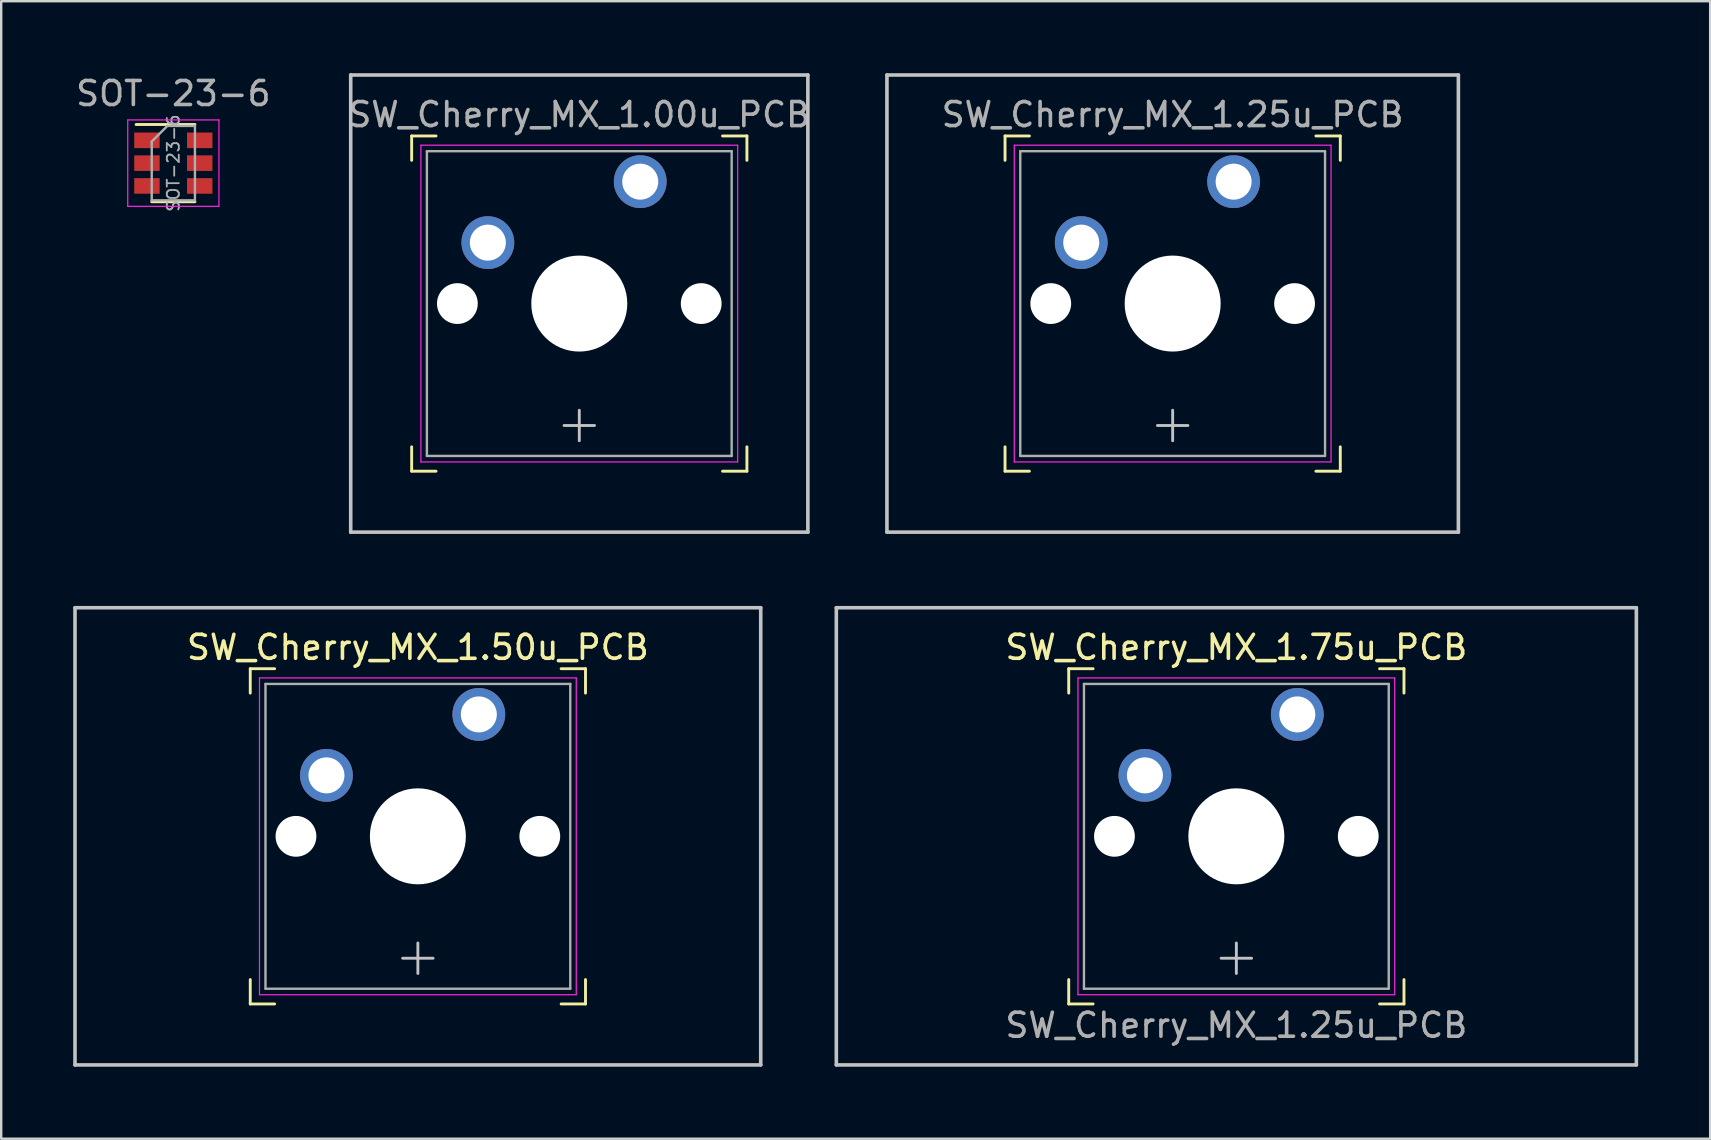
<source format=kicad_pcb>
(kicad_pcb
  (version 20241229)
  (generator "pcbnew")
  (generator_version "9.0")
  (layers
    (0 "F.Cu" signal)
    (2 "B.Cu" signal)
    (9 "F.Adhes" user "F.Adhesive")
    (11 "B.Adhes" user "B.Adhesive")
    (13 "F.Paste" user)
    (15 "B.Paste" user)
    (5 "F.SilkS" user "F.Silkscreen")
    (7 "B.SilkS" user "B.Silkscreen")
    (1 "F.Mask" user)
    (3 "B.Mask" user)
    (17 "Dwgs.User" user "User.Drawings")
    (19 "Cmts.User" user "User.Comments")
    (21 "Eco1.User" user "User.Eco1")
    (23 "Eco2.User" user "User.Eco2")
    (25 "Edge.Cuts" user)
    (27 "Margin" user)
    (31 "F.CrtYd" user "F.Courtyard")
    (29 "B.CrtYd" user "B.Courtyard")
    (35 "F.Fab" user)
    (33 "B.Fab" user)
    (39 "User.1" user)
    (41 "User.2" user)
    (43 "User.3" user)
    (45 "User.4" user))
  (footprint "SOT-23-6"
    (layer "F.Cu")
    (at 4.173 3.748)
    (property "Reference" "SOT-23-6" (at 0 -2.9 0) (layer "F.Fab") (effects (font (size 1 1) (thickness 0.15))))
    (attr smd)
    (fp_line (start -0.9 1.61) (end 0.9 1.61) (stroke (width 0.12) (type solid)) (layer "F.SilkS"))
    (fp_line (start 0.9 -1.61) (end -1.55 -1.61) (stroke (width 0.12) (type solid)) (layer "F.SilkS"))
    (fp_line (start -1.9 -1.8) (end -1.9 1.8) (stroke (width 0.05) (type solid)) (layer "F.CrtYd"))
    (fp_line (start -1.9 1.8) (end 1.9 1.8) (stroke (width 0.05) (type solid)) (layer "F.CrtYd"))
    (fp_line (start 1.9 -1.8) (end -1.9 -1.8) (stroke (width 0.05) (type solid)) (layer "F.CrtYd"))
    (fp_line (start 1.9 1.8) (end 1.9 -1.8) (stroke (width 0.05) (type solid)) (layer "F.CrtYd"))
    (fp_line (start -0.9 -0.9) (end -0.9 1.55) (stroke (width 0.1) (type solid)) (layer "F.Fab"))
    (fp_line (start -0.9 -0.9) (end -0.25 -1.55) (stroke (width 0.1) (type solid)) (layer "F.Fab"))
    (fp_line (start 0.9 -1.55) (end -0.25 -1.55) (stroke (width 0.1) (type solid)) (layer "F.Fab"))
    (fp_line (start 0.9 -1.55) (end 0.9 1.55) (stroke (width 0.1) (type solid)) (layer "F.Fab"))
    (fp_line (start 0.9 1.55) (end -0.9 1.55) (stroke (width 0.1) (type solid)) (layer "F.Fab"))
    (fp_text user "${REFERENCE}" (at 0 0 90) (layer "F.Fab") (effects (font (size 0.5 0.5) (thickness 0.075))))
    (pad "1" smd rect (at -1.1 -0.95) (size 1.06 0.65) (layers "F.Cu" "F.Mask" "F.Paste"))
    (pad "2" smd rect (at -1.1 0) (size 1.06 0.65) (layers "F.Cu" "F.Mask" "F.Paste"))
    (pad "3" smd rect (at -1.1 0.95) (size 1.06 0.65) (layers "F.Cu" "F.Mask" "F.Paste"))
    (pad "4" smd rect (at 1.1 0.95) (size 1.06 0.65) (layers "F.Cu" "F.Mask" "F.Paste"))
    (pad "5" smd rect (at 1.1 0) (size 1.06 0.65) (layers "F.Cu" "F.Mask" "F.Paste"))
    (pad "6" smd rect (at 1.1 -0.95) (size 1.06 0.65) (layers "F.Cu" "F.Mask" "F.Paste")))
  (footprint "SW_Cherry_MX_1.50u_PCB"
    (layer "F.Cu")
    (at 14.363 31.8)
    (property "Reference" "SW_Cherry_MX_1.50u_PCB" (at 0 -7.874 0) (layer "F.SilkS") (effects (font (size 1 1) (thickness 0.15))))
    (attr through_hole)
    (fp_line (start -6.985 -6.985) (end -5.969 -6.985) (stroke (width 0.12) (type solid)) (layer "F.SilkS"))
    (fp_line (start -6.985 -5.969) (end -6.985 -6.985) (stroke (width 0.12) (type solid)) (layer "F.SilkS"))
    (fp_line (start -6.985 6.985) (end -6.985 5.969) (stroke (width 0.12) (type solid)) (layer "F.SilkS"))
    (fp_line (start -5.969 6.985) (end -6.985 6.985) (stroke (width 0.12) (type solid)) (layer "F.SilkS"))
    (fp_line (start 5.969 -6.985) (end 6.985 -6.985) (stroke (width 0.12) (type solid)) (layer "F.SilkS"))
    (fp_line (start 6.985 -6.985) (end 6.985 -5.969) (stroke (width 0.12) (type solid)) (layer "F.SilkS"))
    (fp_line (start 6.985 5.969) (end 6.985 6.985) (stroke (width 0.12) (type solid)) (layer "F.SilkS"))
    (fp_line (start 6.985 6.985) (end 5.969 6.985) (stroke (width 0.12) (type solid)) (layer "F.SilkS"))
    (fp_line (start -14.287 -9.525) (end 14.287 -9.525) (stroke (width 0.15) (type solid)) (layer "Dwgs.User"))
    (fp_line (start -14.287 9.525) (end -14.287 -9.525) (stroke (width 0.15) (type solid)) (layer "Dwgs.User"))
    (fp_line (start -0.635 5.08) (end 0.635 5.08) (stroke (width 0.12) (type solid)) (layer "Dwgs.User"))
    (fp_line (start 0 4.445) (end 0 5.715) (stroke (width 0.12) (type solid)) (layer "Dwgs.User"))
    (fp_line (start 14.287 -9.525) (end 14.287 9.525) (stroke (width 0.15) (type solid)) (layer "Dwgs.User"))
    (fp_line (start 14.287 9.525) (end -14.287 9.525) (stroke (width 0.15) (type solid)) (layer "Dwgs.User"))
    (fp_line (start -6.6 -6.6) (end 6.6 -6.6) (stroke (width 0.05) (type solid)) (layer "F.CrtYd"))
    (fp_line (start -6.6 6.6) (end -6.6 -6.6) (stroke (width 0.05) (type solid)) (layer "F.CrtYd"))
    (fp_line (start 6.6 -6.6) (end 6.6 6.6) (stroke (width 0.05) (type solid)) (layer "F.CrtYd"))
    (fp_line (start 6.6 6.6) (end -6.6 6.6) (stroke (width 0.05) (type solid)) (layer "F.CrtYd"))
    (fp_line (start -6.35 -6.35) (end 6.35 -6.35) (stroke (width 0.1) (type solid)) (layer "F.Fab"))
    (fp_line (start -6.35 6.35) (end -6.35 -6.35) (stroke (width 0.1) (type solid)) (layer "F.Fab"))
    (fp_line (start 6.35 -6.35) (end 6.35 6.35) (stroke (width 0.1) (type solid)) (layer "F.Fab"))
    (fp_line (start 6.35 6.35) (end -6.35 6.35) (stroke (width 0.1) (type solid)) (layer "F.Fab"))
    (pad "" np_thru_hole circle (at -5.08 0) (size 1.7 1.7) (drill 1.7) (layers "*.Cu" "*.Mask"))
    (pad "" np_thru_hole circle (at 0 0) (size 4 4) (drill 4) (layers "*.Cu" "*.Mask"))
    (pad "" np_thru_hole circle (at 5.08 0) (size 1.7 1.7) (drill 1.7) (layers "*.Cu" "*.Mask"))
    (pad "1" thru_hole circle (at 2.54 -5.08) (size 2.2 2.2) (drill 1.5) (layers "*.Cu" "*.Mask"))
    (pad "2" thru_hole circle (at -3.81 -2.54) (size 2.2 2.2) (drill 1.5) (layers "*.Cu" "*.Mask")))
  (footprint "SW_Cherry_MX_1.00u_PCB"
    (layer "F.Cu")
    (at 21.089 9.6)
    (property "Reference" "SW_Cherry_MX_1.00u_PCB" (at 0 -7.874 0) (layer "F.Fab") (effects (font (size 1 1) (thickness 0.15))))
    (attr through_hole)
    (fp_line (start -6.985 -6.985) (end -5.969 -6.985) (stroke (width 0.12) (type solid)) (layer "F.SilkS"))
    (fp_line (start -6.985 -5.969) (end -6.985 -6.985) (stroke (width 0.12) (type solid)) (layer "F.SilkS"))
    (fp_line (start -6.985 6.985) (end -6.985 5.969) (stroke (width 0.12) (type solid)) (layer "F.SilkS"))
    (fp_line (start -5.969 6.985) (end -6.985 6.985) (stroke (width 0.12) (type solid)) (layer "F.SilkS"))
    (fp_line (start 5.969 -6.985) (end 6.985 -6.985) (stroke (width 0.12) (type solid)) (layer "F.SilkS"))
    (fp_line (start 6.985 -6.985) (end 6.985 -5.969) (stroke (width 0.12) (type solid)) (layer "F.SilkS"))
    (fp_line (start 6.985 5.969) (end 6.985 6.985) (stroke (width 0.12) (type solid)) (layer "F.SilkS"))
    (fp_line (start 6.985 6.985) (end 5.969 6.985) (stroke (width 0.12) (type solid)) (layer "F.SilkS"))
    (fp_line (start -9.525 -9.525) (end 9.525 -9.525) (stroke (width 0.15) (type solid)) (layer "Dwgs.User"))
    (fp_line (start -9.525 9.525) (end -9.525 -9.525) (stroke (width 0.15) (type solid)) (layer "Dwgs.User"))
    (fp_line (start -0.635 5.08) (end 0.635 5.08) (stroke (width 0.12) (type solid)) (layer "Dwgs.User"))
    (fp_line (start 0 4.445) (end 0 5.715) (stroke (width 0.12) (type solid)) (layer "Dwgs.User"))
    (fp_line (start 9.525 -9.525) (end 9.525 9.525) (stroke (width 0.15) (type solid)) (layer "Dwgs.User"))
    (fp_line (start 9.525 9.525) (end -9.525 9.525) (stroke (width 0.15) (type solid)) (layer "Dwgs.User"))
    (fp_line (start -6.6 -6.6) (end 6.6 -6.6) (stroke (width 0.05) (type solid)) (layer "F.CrtYd"))
    (fp_line (start -6.6 6.6) (end -6.6 -6.6) (stroke (width 0.05) (type solid)) (layer "F.CrtYd"))
    (fp_line (start 6.6 -6.6) (end 6.6 6.6) (stroke (width 0.05) (type solid)) (layer "F.CrtYd"))
    (fp_line (start 6.6 6.6) (end -6.6 6.6) (stroke (width 0.05) (type solid)) (layer "F.CrtYd"))
    (fp_line (start -6.35 -6.35) (end 6.35 -6.35) (stroke (width 0.1) (type solid)) (layer "F.Fab"))
    (fp_line (start -6.35 6.35) (end -6.35 -6.35) (stroke (width 0.1) (type solid)) (layer "F.Fab"))
    (fp_line (start 6.35 -6.35) (end 6.35 6.35) (stroke (width 0.1) (type solid)) (layer "F.Fab"))
    (fp_line (start 6.35 6.35) (end -6.35 6.35) (stroke (width 0.1) (type solid)) (layer "F.Fab"))
    (pad "" np_thru_hole circle (at -5.08 0) (size 1.7 1.7) (drill 1.7) (layers "*.Cu" "*.Mask"))
    (pad "" np_thru_hole circle (at 0 0) (size 4 4) (drill 4) (layers "*.Cu" "*.Mask"))
    (pad "" np_thru_hole circle (at 5.08 0) (size 1.7 1.7) (drill 1.7) (layers "*.Cu" "*.Mask"))
    (pad "1" thru_hole circle (at 2.54 -5.08) (size 2.2 2.2) (drill 1.5) (layers "*.Cu" "*.Mask"))
    (pad "2" thru_hole circle (at -3.81 -2.54) (size 2.2 2.2) (drill 1.5) (layers "*.Cu" "*.Mask")))
  (footprint "SW_Cherry_MX_1.75u_PCB"
    (layer "F.Cu")
    (at 48.469 31.8)
    (property "Reference" "SW_Cherry_MX_1.75u_PCB" (at 0 -7.874 0) (layer "F.SilkS") (effects (font (size 1 1) (thickness 0.15))))
    (attr through_hole)
    (fp_line (start -6.985 -6.985) (end -5.969 -6.985) (stroke (width 0.12) (type solid)) (layer "F.SilkS"))
    (fp_line (start -6.985 -5.969) (end -6.985 -6.985) (stroke (width 0.12) (type solid)) (layer "F.SilkS"))
    (fp_line (start -6.985 6.985) (end -6.985 5.969) (stroke (width 0.12) (type solid)) (layer "F.SilkS"))
    (fp_line (start -5.969 6.985) (end -6.985 6.985) (stroke (width 0.12) (type solid)) (layer "F.SilkS"))
    (fp_line (start 5.969 -6.985) (end 6.985 -6.985) (stroke (width 0.12) (type solid)) (layer "F.SilkS"))
    (fp_line (start 6.985 -6.985) (end 6.985 -5.969) (stroke (width 0.12) (type solid)) (layer "F.SilkS"))
    (fp_line (start 6.985 5.969) (end 6.985 6.985) (stroke (width 0.12) (type solid)) (layer "F.SilkS"))
    (fp_line (start 6.985 6.985) (end 5.969 6.985) (stroke (width 0.12) (type solid)) (layer "F.SilkS"))
    (fp_line (start -16.669 -9.525) (end 16.669 -9.525) (stroke (width 0.15) (type solid)) (layer "Dwgs.User"))
    (fp_line (start -16.669 9.525) (end -16.669 -9.525) (stroke (width 0.15) (type solid)) (layer "Dwgs.User"))
    (fp_line (start -0.635 5.08) (end 0.635 5.08) (stroke (width 0.12) (type solid)) (layer "Dwgs.User"))
    (fp_line (start 0 4.445) (end 0 5.715) (stroke (width 0.12) (type solid)) (layer "Dwgs.User"))
    (fp_line (start 16.669 -9.525) (end 16.669 9.525) (stroke (width 0.15) (type solid)) (layer "Dwgs.User"))
    (fp_line (start 16.669 9.525) (end -16.669 9.525) (stroke (width 0.15) (type solid)) (layer "Dwgs.User"))
    (fp_line (start -6.6 -6.6) (end 6.6 -6.6) (stroke (width 0.05) (type solid)) (layer "F.CrtYd"))
    (fp_line (start -6.6 6.6) (end -6.6 -6.6) (stroke (width 0.05) (type solid)) (layer "F.CrtYd"))
    (fp_line (start 6.6 -6.6) (end 6.6 6.6) (stroke (width 0.05) (type solid)) (layer "F.CrtYd"))
    (fp_line (start 6.6 6.6) (end -6.6 6.6) (stroke (width 0.05) (type solid)) (layer "F.CrtYd"))
    (fp_line (start -6.35 -6.35) (end 6.35 -6.35) (stroke (width 0.1) (type solid)) (layer "F.Fab"))
    (fp_line (start -6.35 6.35) (end -6.35 -6.35) (stroke (width 0.1) (type solid)) (layer "F.Fab"))
    (fp_line (start 6.35 -6.35) (end 6.35 6.35) (stroke (width 0.1) (type solid)) (layer "F.Fab"))
    (fp_line (start 6.35 6.35) (end -6.35 6.35) (stroke (width 0.1) (type solid)) (layer "F.Fab"))
    (fp_text user "SW_Cherry_MX_1.25u_PCB" (at 0 7.874 0) (layer "F.Fab") (effects (font (size 1 1) (thickness 0.15))))
    (pad "" np_thru_hole circle (at -5.08 0) (size 1.7 1.7) (drill 1.7) (layers "*.Cu" "*.Mask"))
    (pad "" np_thru_hole circle (at 0 0) (size 4 4) (drill 4) (layers "*.Cu" "*.Mask"))
    (pad "" np_thru_hole circle (at 5.08 0) (size 1.7 1.7) (drill 1.7) (layers "*.Cu" "*.Mask"))
    (pad "1" thru_hole circle (at 2.54 -5.08) (size 2.2 2.2) (drill 1.5) (layers "*.Cu" "*.Mask"))
    (pad "2" thru_hole circle (at -3.81 -2.54) (size 2.2 2.2) (drill 1.5) (layers "*.Cu" "*.Mask")))
  (footprint "SW_Cherry_MX_1.25u_PCB"
    (layer "F.Cu")
    (at 45.815 9.6)
    (property "Reference" "SW_Cherry_MX_1.25u_PCB" (at 0 -7.874 0) (layer "F.Fab") (effects (font (size 1 1) (thickness 0.15))))
    (attr through_hole)
    (fp_line (start -6.985 -6.985) (end -5.969 -6.985) (stroke (width 0.12) (type solid)) (layer "F.SilkS"))
    (fp_line (start -6.985 -5.969) (end -6.985 -6.985) (stroke (width 0.12) (type solid)) (layer "F.SilkS"))
    (fp_line (start -6.985 6.985) (end -6.985 5.969) (stroke (width 0.12) (type solid)) (layer "F.SilkS"))
    (fp_line (start -5.969 6.985) (end -6.985 6.985) (stroke (width 0.12) (type solid)) (layer "F.SilkS"))
    (fp_line (start 5.969 -6.985) (end 6.985 -6.985) (stroke (width 0.12) (type solid)) (layer "F.SilkS"))
    (fp_line (start 6.985 -6.985) (end 6.985 -5.969) (stroke (width 0.12) (type solid)) (layer "F.SilkS"))
    (fp_line (start 6.985 5.969) (end 6.985 6.985) (stroke (width 0.12) (type solid)) (layer "F.SilkS"))
    (fp_line (start 6.985 6.985) (end 5.969 6.985) (stroke (width 0.12) (type solid)) (layer "F.SilkS"))
    (fp_line (start -11.906 -9.525) (end 11.906 -9.525) (stroke (width 0.15) (type solid)) (layer "Dwgs.User"))
    (fp_line (start -11.906 9.525) (end -11.906 -9.525) (stroke (width 0.15) (type solid)) (layer "Dwgs.User"))
    (fp_line (start -0.635 5.08) (end 0.635 5.08) (stroke (width 0.12) (type solid)) (layer "Dwgs.User"))
    (fp_line (start 0 4.445) (end 0 5.715) (stroke (width 0.12) (type solid)) (layer "Dwgs.User"))
    (fp_line (start 11.906 -9.525) (end 11.906 9.525) (stroke (width 0.15) (type solid)) (layer "Dwgs.User"))
    (fp_line (start 11.906 9.525) (end -11.906 9.525) (stroke (width 0.15) (type solid)) (layer "Dwgs.User"))
    (fp_line (start -6.6 -6.6) (end 6.6 -6.6) (stroke (width 0.05) (type solid)) (layer "F.CrtYd"))
    (fp_line (start -6.6 6.6) (end -6.6 -6.6) (stroke (width 0.05) (type solid)) (layer "F.CrtYd"))
    (fp_line (start 6.6 -6.6) (end 6.6 6.6) (stroke (width 0.05) (type solid)) (layer "F.CrtYd"))
    (fp_line (start 6.6 6.6) (end -6.6 6.6) (stroke (width 0.05) (type solid)) (layer "F.CrtYd"))
    (fp_line (start -6.35 -6.35) (end 6.35 -6.35) (stroke (width 0.1) (type solid)) (layer "F.Fab"))
    (fp_line (start -6.35 6.35) (end -6.35 -6.35) (stroke (width 0.1) (type solid)) (layer "F.Fab"))
    (fp_line (start 6.35 -6.35) (end 6.35 6.35) (stroke (width 0.1) (type solid)) (layer "F.Fab"))
    (fp_line (start 6.35 6.35) (end -6.35 6.35) (stroke (width 0.1) (type solid)) (layer "F.Fab"))
    (pad "" np_thru_hole circle (at -5.08 0) (size 1.7 1.7) (drill 1.7) (layers "*.Cu" "*.Mask"))
    (pad "" np_thru_hole circle (at 0 0) (size 4 4) (drill 4) (layers "*.Cu" "*.Mask"))
    (pad "" np_thru_hole circle (at 5.08 0) (size 1.7 1.7) (drill 1.7) (layers "*.Cu" "*.Mask"))
    (pad "1" thru_hole circle (at 2.54 -5.08) (size 2.2 2.2) (drill 1.5) (layers "*.Cu" "*.Mask"))
    (pad "2" thru_hole circle (at -3.81 -2.54) (size 2.2 2.2) (drill 1.5) (layers "*.Cu" "*.Mask")))
  (gr_rect
    (start -3 -3)
    (end 68.213 44.4)
    (stroke (width 0.1) (type default))
    (fill no)
    (layer "Edge.Cuts")))
</source>
